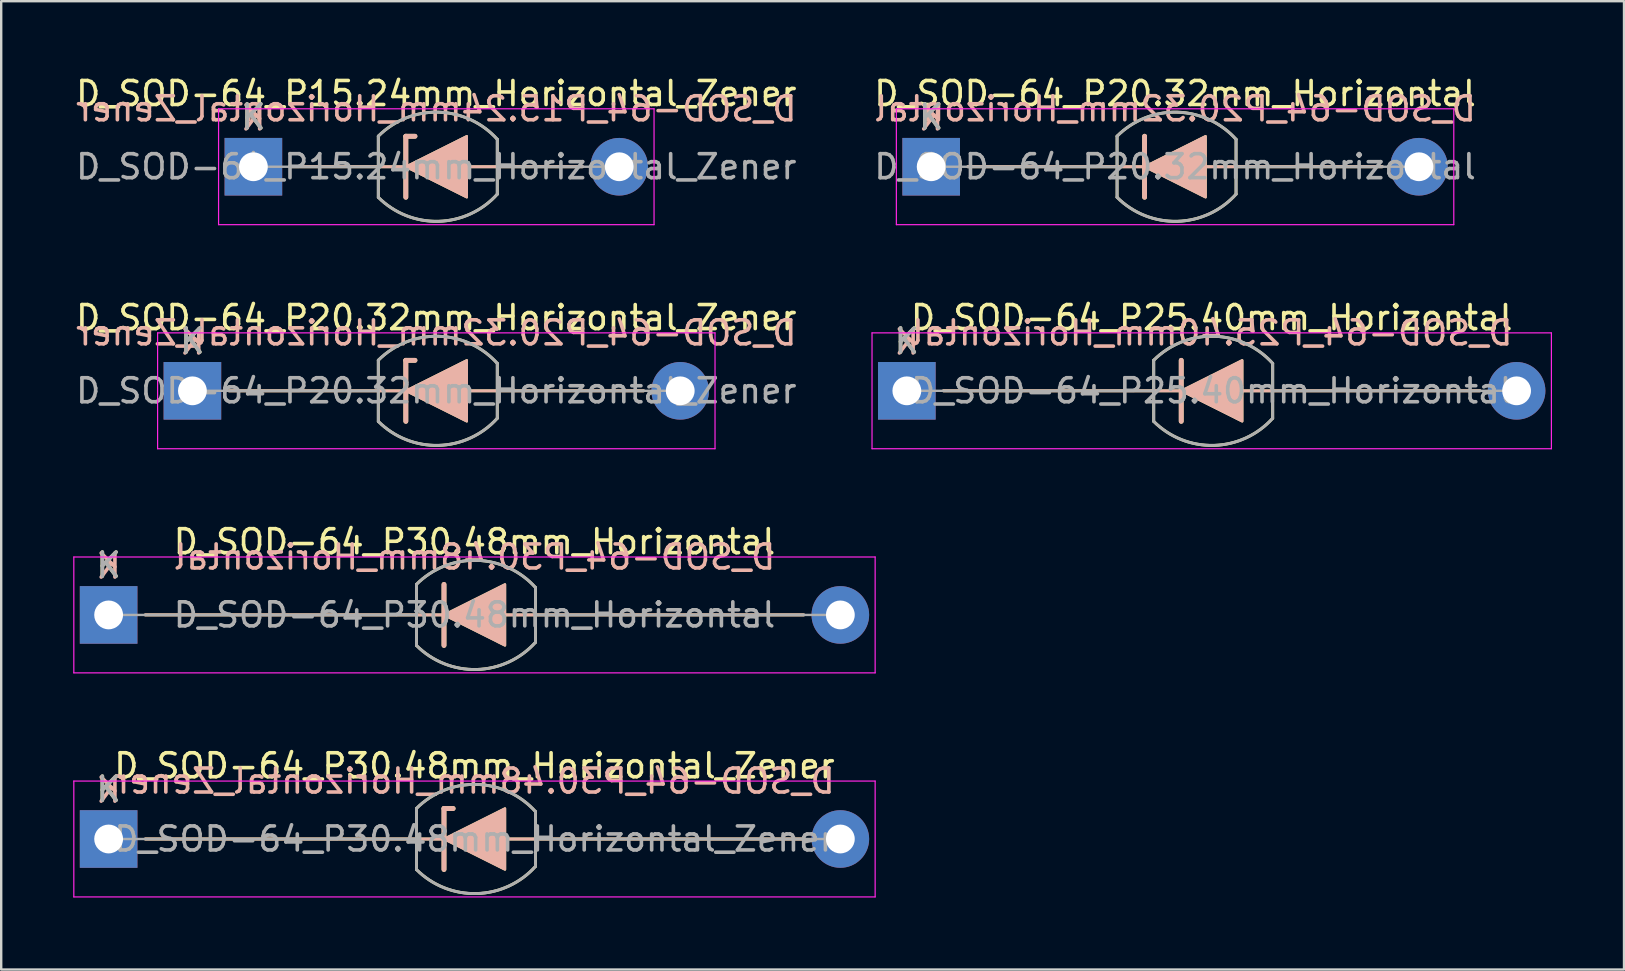
<source format=kicad_pcb>
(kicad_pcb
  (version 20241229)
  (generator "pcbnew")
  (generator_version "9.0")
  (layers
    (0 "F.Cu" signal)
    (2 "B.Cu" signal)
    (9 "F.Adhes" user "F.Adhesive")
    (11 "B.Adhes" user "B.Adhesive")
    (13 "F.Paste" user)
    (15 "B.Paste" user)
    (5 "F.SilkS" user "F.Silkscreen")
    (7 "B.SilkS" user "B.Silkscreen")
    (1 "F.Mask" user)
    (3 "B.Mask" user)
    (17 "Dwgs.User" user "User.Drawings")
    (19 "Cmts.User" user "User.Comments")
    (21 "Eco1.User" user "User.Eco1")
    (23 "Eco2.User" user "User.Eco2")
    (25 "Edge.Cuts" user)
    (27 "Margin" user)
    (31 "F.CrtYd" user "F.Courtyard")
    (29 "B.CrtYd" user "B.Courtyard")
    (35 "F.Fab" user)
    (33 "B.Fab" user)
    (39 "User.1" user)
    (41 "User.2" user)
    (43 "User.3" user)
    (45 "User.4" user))
  (footprint "D_SOD-64_P25.40mm_Horizontal"
    (layer "F.Cu")
    (at 34.725 13.23)
    (property "Reference" "D_SOD-64_P25.40mm_Horizontal" (at 12.7 -3.048 0) (layer "F.SilkS") (effects (font (size 1 1) (thickness 0.15))))
    (fp_line (start 1.524 0) (end 23.876 0) (stroke (width 0.12) (type solid)) (layer "F.SilkS"))
    (fp_line (start 10.284 1.27) (end 10.284 -1.273) (stroke (width 0.12) (type solid)) (layer "F.SilkS"))
    (fp_line (start 11.43 1.27) (end 11.43 -1.27) (stroke (width 0.2) (type solid)) (layer "F.SilkS"))
    (fp_line (start 15.24 -1.143) (end 15.24 1.143) (stroke (width 0.12) (type solid)) (layer "F.SilkS"))
    (fp_arc (start 10.28366 -1.27334) (mid 12.789833 -2.273039) (end 15.239998 -1.143) (stroke (width 0.12) (type solid)) (layer "F.SilkS"))
    (fp_arc (start 15.24 1.143) (mid 12.790216 2.273029) (end 10.284202 1.273879) (stroke (width 0.12) (type solid)) (layer "F.SilkS"))
    (fp_poly (pts (xy 13.97 1.27) (xy 11.43 0) (xy 13.97 -1.27)) (stroke (width 0.1) (type solid)) (fill yes) (layer "F.SilkS"))
    (fp_line (start 1.524 0) (end 23.876 0) (stroke (width 0.12) (type solid)) (layer "B.SilkS"))
    (fp_line (start 11.43 -1.27) (end 11.43 1.27) (stroke (width 0.2) (type solid)) (layer "B.SilkS"))
    (fp_poly (pts (xy 13.97 -1.27) (xy 11.43 0) (xy 13.97 1.27)) (stroke (width 0.1) (type solid)) (fill yes) (layer "B.SilkS"))
    (fp_line (start -1.45 -2.413) (end -1.45 2.413) (stroke (width 0.05) (type solid)) (layer "F.CrtYd"))
    (fp_line (start -1.45 2.413) (end 26.85 2.413) (stroke (width 0.05) (type solid)) (layer "F.CrtYd"))
    (fp_line (start 26.85 -2.413) (end -1.45 -2.413) (stroke (width 0.05) (type solid)) (layer "F.CrtYd"))
    (fp_line (start 26.85 2.413) (end 26.85 -2.413) (stroke (width 0.05) (type solid)) (layer "F.CrtYd"))
    (fp_line (start 0 0) (end 10.284 0.000269) (stroke (width 0.1) (type solid)) (layer "F.Fab"))
    (fp_line (start 10.284 1.274) (end 10.284 -1.273) (stroke (width 0.12) (type solid)) (layer "F.Fab"))
    (fp_line (start 15.24 -1.143) (end 15.24 1.143) (stroke (width 0.12) (type solid)) (layer "F.Fab"))
    (fp_line (start 25.4 0) (end 15.24 0) (stroke (width 0.1) (type solid)) (layer "F.Fab"))
    (fp_arc (start 10.2842 -1.273879) (mid 12.790214 -2.273029) (end 15.239998 -1.143) (stroke (width 0.12) (type solid)) (layer "F.Fab"))
    (fp_arc (start 15.24 1.143) (mid 12.790216 2.273029) (end 10.284202 1.273879) (stroke (width 0.12) (type solid)) (layer "F.Fab"))
    (fp_text user "K" (at 0 -2.073 0) (layer "F.SilkS") (effects (font (size 1 1) (thickness 0.15))))
    (fp_text user "K" (at 0 -2.032 0) (layer "B.SilkS") (effects (font (size 1 1) (thickness 0.15)) (justify mirror)))
    (fp_text user "${REFERENCE}" (at 12.7 -2.413 0) (layer "B.SilkS") (effects (font (size 1 1) (thickness 0.15)) (justify mirror)))
    (fp_text user "K" (at 0 -2.073 0) (layer "F.Fab") (effects (font (size 1 1) (thickness 0.15))))
    (fp_text user "${REFERENCE}" (at 12.7 0 0) (layer "F.Fab") (effects (font (size 1 1) (thickness 0.15))))
    (pad "1" thru_hole rect (at 0 0) (size 2.4 2.4) (drill 1.2) (layers "*.Cu" "*.Mask"))
    (pad "2" thru_hole oval (at 25.4 0) (size 2.4 2.4) (drill 1.2) (layers "*.Cu" "*.Mask")))
  (footprint "D_SOD-64_P30.48mm_Horizontal"
    (layer "F.Cu")
    (at 1.475 22.565)
    (property "Reference" "D_SOD-64_P30.48mm_Horizontal" (at 15.24 -3.048 0) (layer "F.SilkS") (effects (font (size 1 1) (thickness 0.15))))
    (fp_line (start 1.524 0) (end 28.956 0) (stroke (width 0.12) (type solid)) (layer "F.SilkS"))
    (fp_line (start 12.824 1.27) (end 12.824 -1.273) (stroke (width 0.12) (type solid)) (layer "F.SilkS"))
    (fp_line (start 13.97 1.27) (end 13.97 -1.27) (stroke (width 0.2) (type solid)) (layer "F.SilkS"))
    (fp_line (start 17.78 -1.143) (end 17.78 1.143) (stroke (width 0.12) (type solid)) (layer "F.SilkS"))
    (fp_arc (start 12.82366 -1.27334) (mid 15.329833 -2.273039) (end 17.779998 -1.143) (stroke (width 0.12) (type solid)) (layer "F.SilkS"))
    (fp_arc (start 17.78 1.143) (mid 15.330216 2.273029) (end 12.824202 1.273879) (stroke (width 0.12) (type solid)) (layer "F.SilkS"))
    (fp_poly (pts (xy 16.51 1.27) (xy 13.97 0) (xy 16.51 -1.27)) (stroke (width 0.1) (type solid)) (fill yes) (layer "F.SilkS"))
    (fp_line (start 1.524 0) (end 28.956 0) (stroke (width 0.12) (type solid)) (layer "B.SilkS"))
    (fp_line (start 13.97 -1.27) (end 13.97 1.27) (stroke (width 0.2) (type solid)) (layer "B.SilkS"))
    (fp_poly (pts (xy 16.51 -1.27) (xy 13.97 0) (xy 16.51 1.27)) (stroke (width 0.1) (type solid)) (fill yes) (layer "B.SilkS"))
    (fp_line (start -1.45 -2.413) (end -1.45 2.413) (stroke (width 0.05) (type solid)) (layer "F.CrtYd"))
    (fp_line (start -1.45 2.413) (end 31.93 2.413) (stroke (width 0.05) (type solid)) (layer "F.CrtYd"))
    (fp_line (start 31.93 -2.413) (end -1.45 -2.413) (stroke (width 0.05) (type solid)) (layer "F.CrtYd"))
    (fp_line (start 31.93 2.413) (end 31.93 -2.413) (stroke (width 0.05) (type solid)) (layer "F.CrtYd"))
    (fp_line (start 0 0) (end 12.824 0.000269) (stroke (width 0.1) (type solid)) (layer "F.Fab"))
    (fp_line (start 12.824 1.274) (end 12.824 -1.273) (stroke (width 0.12) (type solid)) (layer "F.Fab"))
    (fp_line (start 17.78 -1.143) (end 17.78 1.143) (stroke (width 0.12) (type solid)) (layer "F.Fab"))
    (fp_line (start 30.48 0) (end 17.78 0) (stroke (width 0.1) (type solid)) (layer "F.Fab"))
    (fp_arc (start 12.8242 -1.273879) (mid 15.330214 -2.273029) (end 17.779998 -1.143) (stroke (width 0.12) (type solid)) (layer "F.Fab"))
    (fp_arc (start 17.78 1.143) (mid 15.330216 2.273029) (end 12.824202 1.273879) (stroke (width 0.12) (type solid)) (layer "F.Fab"))
    (fp_text user "K" (at 0 -2.073 0) (layer "F.SilkS") (effects (font (size 1 1) (thickness 0.15))))
    (fp_text user "K" (at 0 -2.032 0) (layer "B.SilkS") (effects (font (size 1 1) (thickness 0.15)) (justify mirror)))
    (fp_text user "${REFERENCE}" (at 15.24 -2.413 0) (layer "B.SilkS") (effects (font (size 1 1) (thickness 0.15)) (justify mirror)))
    (fp_text user "${REFERENCE}" (at 15.24 0 0) (layer "F.Fab") (effects (font (size 1 1) (thickness 0.15))))
    (fp_text user "K" (at 0 -2.073 0) (layer "F.Fab") (effects (font (size 1 1) (thickness 0.15))))
    (pad "1" thru_hole rect (at 0 0) (size 2.4 2.4) (drill 1.2) (layers "*.Cu" "*.Mask"))
    (pad "2" thru_hole oval (at 30.48 0) (size 2.4 2.4) (drill 1.2) (layers "*.Cu" "*.Mask")))
  (footprint "D_SOD-64_P20.32mm_Horizontal"
    (layer "F.Cu")
    (at 35.739 3.896)
    (property "Reference" "D_SOD-64_P20.32mm_Horizontal" (at 10.16 -3.048 0) (layer "F.SilkS") (effects (font (size 1 1) (thickness 0.15))))
    (fp_line (start 1.524 0) (end 18.796 0) (stroke (width 0.12) (type solid)) (layer "F.SilkS"))
    (fp_line (start 7.744 1.27) (end 7.744 -1.273) (stroke (width 0.12) (type solid)) (layer "F.SilkS"))
    (fp_line (start 8.89 1.27) (end 8.89 -1.27) (stroke (width 0.2) (type solid)) (layer "F.SilkS"))
    (fp_line (start 12.7 -1.143) (end 12.7 1.143) (stroke (width 0.12) (type solid)) (layer "F.SilkS"))
    (fp_arc (start 7.74366 -1.27334) (mid 10.249833 -2.273039) (end 12.699998 -1.143) (stroke (width 0.12) (type solid)) (layer "F.SilkS"))
    (fp_arc (start 12.7 1.143) (mid 10.250216 2.273029) (end 7.744202 1.273879) (stroke (width 0.12) (type solid)) (layer "F.SilkS"))
    (fp_poly (pts (xy 11.43 1.27) (xy 8.89 0) (xy 11.43 -1.27)) (stroke (width 0.1) (type solid)) (fill yes) (layer "F.SilkS"))
    (fp_line (start 1.524 0) (end 18.796 0) (stroke (width 0.12) (type solid)) (layer "B.SilkS"))
    (fp_line (start 8.89 -1.27) (end 8.89 1.27) (stroke (width 0.2) (type solid)) (layer "B.SilkS"))
    (fp_poly (pts (xy 11.43 -1.27) (xy 8.89 0) (xy 11.43 1.27)) (stroke (width 0.1) (type solid)) (fill yes) (layer "B.SilkS"))
    (fp_line (start -1.45 -2.413) (end -1.45 2.413) (stroke (width 0.05) (type solid)) (layer "F.CrtYd"))
    (fp_line (start -1.45 2.413) (end 21.77 2.413) (stroke (width 0.05) (type solid)) (layer "F.CrtYd"))
    (fp_line (start 21.77 -2.413) (end -1.45 -2.413) (stroke (width 0.05) (type solid)) (layer "F.CrtYd"))
    (fp_line (start 21.77 2.413) (end 21.77 -2.413) (stroke (width 0.05) (type solid)) (layer "F.CrtYd"))
    (fp_line (start 0 0) (end 7.744 0.000269) (stroke (width 0.1) (type solid)) (layer "F.Fab"))
    (fp_line (start 7.744 1.274) (end 7.744 -1.273) (stroke (width 0.12) (type solid)) (layer "F.Fab"))
    (fp_line (start 12.7 -1.143) (end 12.7 1.143) (stroke (width 0.12) (type solid)) (layer "F.Fab"))
    (fp_line (start 20.32 0) (end 12.7 0) (stroke (width 0.1) (type solid)) (layer "F.Fab"))
    (fp_arc (start 7.7442 -1.273879) (mid 10.250214 -2.273029) (end 12.699998 -1.143) (stroke (width 0.12) (type solid)) (layer "F.Fab"))
    (fp_arc (start 12.7 1.143) (mid 10.250216 2.273029) (end 7.744202 1.273879) (stroke (width 0.12) (type solid)) (layer "F.Fab"))
    (fp_text user "K" (at 0 -2.073 0) (layer "F.SilkS") (effects (font (size 1 1) (thickness 0.15))))
    (fp_text user "K" (at 0 -2.032 0) (layer "B.SilkS") (effects (font (size 1 1) (thickness 0.15)) (justify mirror)))
    (fp_text user "${REFERENCE}" (at 10.16 -2.413 0) (layer "B.SilkS") (effects (font (size 1 1) (thickness 0.15)) (justify mirror)))
    (fp_text user "K" (at 0 -2.073 0) (layer "F.Fab") (effects (font (size 1 1) (thickness 0.15))))
    (fp_text user "${REFERENCE}" (at 10.16 0 0) (layer "F.Fab") (effects (font (size 1 1) (thickness 0.15))))
    (pad "1" thru_hole rect (at 0 0) (size 2.4 2.4) (drill 1.2) (layers "*.Cu" "*.Mask"))
    (pad "2" thru_hole oval (at 20.32 0) (size 2.4 2.4) (drill 1.2) (layers "*.Cu" "*.Mask")))
  (footprint "D_SOD-64_P30.48mm_Horizontal_Zener"
    (layer "F.Cu")
    (at 1.475 31.899)
    (property "Reference" "D_SOD-64_P30.48mm_Horizontal_Zener" (at 15.24 -3.048 0) (layer "F.SilkS") (effects (font (size 1 1) (thickness 0.15))))
    (fp_line (start 1.524 0) (end 28.956 0) (stroke (width 0.12) (type solid)) (layer "F.SilkS"))
    (fp_line (start 12.824 1.27) (end 12.824 -1.273) (stroke (width 0.12) (type solid)) (layer "F.SilkS"))
    (fp_line (start 13.97 -1.27) (end 14.351 -1.27) (stroke (width 0.2) (type solid)) (layer "F.SilkS"))
    (fp_line (start 13.97 1.27) (end 13.97 -1.27) (stroke (width 0.2) (type solid)) (layer "F.SilkS"))
    (fp_line (start 17.78 -1.143) (end 17.78 1.143) (stroke (width 0.12) (type solid)) (layer "F.SilkS"))
    (fp_arc (start 12.82366 -1.27334) (mid 15.329833 -2.273039) (end 17.779998 -1.143) (stroke (width 0.12) (type solid)) (layer "F.SilkS"))
    (fp_arc (start 17.78 1.143) (mid 15.330216 2.273029) (end 12.824202 1.273879) (stroke (width 0.12) (type solid)) (layer "F.SilkS"))
    (fp_poly (pts (xy 16.51 1.27) (xy 13.97 0) (xy 16.51 -1.27)) (stroke (width 0.1) (type solid)) (fill yes) (layer "F.SilkS"))
    (fp_line (start 1.524 0) (end 28.956 0) (stroke (width 0.12) (type solid)) (layer "B.SilkS"))
    (fp_line (start 13.97 -1.27) (end 13.97 1.27) (stroke (width 0.2) (type solid)) (layer "B.SilkS"))
    (fp_line (start 13.97 -1.27) (end 14.351 -1.27) (stroke (width 0.2) (type solid)) (layer "B.SilkS"))
    (fp_poly (pts (xy 16.51 -1.27) (xy 13.97 0) (xy 16.51 1.27)) (stroke (width 0.1) (type solid)) (fill yes) (layer "B.SilkS"))
    (fp_line (start -1.45 -2.413) (end -1.45 2.413) (stroke (width 0.05) (type solid)) (layer "F.CrtYd"))
    (fp_line (start -1.45 2.413) (end 31.93 2.413) (stroke (width 0.05) (type solid)) (layer "F.CrtYd"))
    (fp_line (start 31.93 -2.413) (end -1.45 -2.413) (stroke (width 0.05) (type solid)) (layer "F.CrtYd"))
    (fp_line (start 31.93 2.413) (end 31.93 -2.413) (stroke (width 0.05) (type solid)) (layer "F.CrtYd"))
    (fp_line (start 0 0) (end 12.824 0.000269) (stroke (width 0.1) (type solid)) (layer "F.Fab"))
    (fp_line (start 12.824 1.274) (end 12.824 -1.273) (stroke (width 0.12) (type solid)) (layer "F.Fab"))
    (fp_line (start 17.78 -1.143) (end 17.78 1.143) (stroke (width 0.12) (type solid)) (layer "F.Fab"))
    (fp_line (start 30.48 0) (end 17.78 0) (stroke (width 0.1) (type solid)) (layer "F.Fab"))
    (fp_arc (start 12.8242 -1.273879) (mid 15.330214 -2.273029) (end 17.779998 -1.143) (stroke (width 0.12) (type solid)) (layer "F.Fab"))
    (fp_arc (start 17.78 1.143) (mid 15.330216 2.273029) (end 12.824202 1.273879) (stroke (width 0.12) (type solid)) (layer "F.Fab"))
    (fp_text user "K" (at 0 -2.073 0) (layer "F.SilkS") (effects (font (size 1 1) (thickness 0.15))))
    (fp_text user "${REFERENCE}" (at 15.24 -2.413 0) (layer "B.SilkS") (effects (font (size 1 1) (thickness 0.15)) (justify mirror)))
    (fp_text user "K" (at 0 -2.032 0) (layer "B.SilkS") (effects (font (size 1 1) (thickness 0.15)) (justify mirror)))
    (fp_text user "K" (at 0 -2.073 0) (layer "F.Fab") (effects (font (size 1 1) (thickness 0.15))))
    (fp_text user "${REFERENCE}" (at 15.24 0 0) (layer "F.Fab") (effects (font (size 1 1) (thickness 0.15))))
    (pad "1" thru_hole rect (at 0 0) (size 2.4 2.4) (drill 1.2) (layers "*.Cu" "*.Mask"))
    (pad "2" thru_hole oval (at 30.48 0) (size 2.4 2.4) (drill 1.2) (layers "*.Cu" "*.Mask")))
  (footprint "D_SOD-64_P15.24mm_Horizontal_Zener"
    (layer "F.Cu")
    (at 7.505 3.896)
    (property "Reference" "D_SOD-64_P15.24mm_Horizontal_Zener" (at 7.62 -3.048 0) (layer "F.SilkS") (effects (font (size 1 1) (thickness 0.15))))
    (fp_line (start 1.524 0) (end 13.716 0) (stroke (width 0.12) (type solid)) (layer "F.SilkS"))
    (fp_line (start 5.204 1.27) (end 5.204 -1.273) (stroke (width 0.12) (type solid)) (layer "F.SilkS"))
    (fp_line (start 6.35 -1.27) (end 6.731 -1.27) (stroke (width 0.2) (type solid)) (layer "F.SilkS"))
    (fp_line (start 6.35 1.27) (end 6.35 -1.27) (stroke (width 0.2) (type solid)) (layer "F.SilkS"))
    (fp_line (start 10.16 -1.143) (end 10.16 1.143) (stroke (width 0.12) (type solid)) (layer "F.SilkS"))
    (fp_arc (start 5.20366 -1.27334) (mid 7.709833 -2.273039) (end 10.159998 -1.143) (stroke (width 0.12) (type solid)) (layer "F.SilkS"))
    (fp_arc (start 10.16 1.143) (mid 7.710216 2.273029) (end 5.204202 1.273879) (stroke (width 0.12) (type solid)) (layer "F.SilkS"))
    (fp_poly (pts (xy 8.89 1.27) (xy 6.35 0) (xy 8.89 -1.27)) (stroke (width 0.1) (type solid)) (fill yes) (layer "F.SilkS"))
    (fp_line (start 1.524 0) (end 13.716 0) (stroke (width 0.12) (type solid)) (layer "B.SilkS"))
    (fp_line (start 6.35 -1.27) (end 6.35 1.27) (stroke (width 0.2) (type solid)) (layer "B.SilkS"))
    (fp_line (start 6.35 -1.27) (end 6.731 -1.27) (stroke (width 0.2) (type solid)) (layer "B.SilkS"))
    (fp_poly (pts (xy 8.89 -1.27) (xy 6.35 0) (xy 8.89 1.27)) (stroke (width 0.1) (type solid)) (fill yes) (layer "B.SilkS"))
    (fp_line (start -1.45 -2.413) (end -1.45 2.413) (stroke (width 0.05) (type solid)) (layer "F.CrtYd"))
    (fp_line (start -1.45 2.413) (end 16.69 2.413) (stroke (width 0.05) (type solid)) (layer "F.CrtYd"))
    (fp_line (start 16.69 -2.413) (end -1.45 -2.413) (stroke (width 0.05) (type solid)) (layer "F.CrtYd"))
    (fp_line (start 16.69 2.413) (end 16.69 -2.413) (stroke (width 0.05) (type solid)) (layer "F.CrtYd"))
    (fp_line (start 0 0) (end 5.204 0.000269) (stroke (width 0.1) (type solid)) (layer "F.Fab"))
    (fp_line (start 5.204 1.274) (end 5.204 -1.273) (stroke (width 0.12) (type solid)) (layer "F.Fab"))
    (fp_line (start 10.16 -1.143) (end 10.16 1.143) (stroke (width 0.12) (type solid)) (layer "F.Fab"))
    (fp_line (start 15.24 0) (end 10.16 0) (stroke (width 0.1) (type solid)) (layer "F.Fab"))
    (fp_arc (start 5.2042 -1.273879) (mid 7.710214 -2.273029) (end 10.159998 -1.143) (stroke (width 0.12) (type solid)) (layer "F.Fab"))
    (fp_arc (start 10.16 1.143) (mid 7.710216 2.273029) (end 5.204202 1.273879) (stroke (width 0.12) (type solid)) (layer "F.Fab"))
    (fp_text user "K" (at 0 -2.073 0) (layer "F.SilkS") (effects (font (size 1 1) (thickness 0.15))))
    (fp_text user "K" (at 0 -2.032 0) (layer "B.SilkS") (effects (font (size 1 1) (thickness 0.15)) (justify mirror)))
    (fp_text user "${REFERENCE}" (at 7.62 -2.413 0) (layer "B.SilkS") (effects (font (size 1 1) (thickness 0.15)) (justify mirror)))
    (fp_text user "${REFERENCE}" (at 7.62 0 0) (layer "F.Fab") (effects (font (size 1 1) (thickness 0.15))))
    (fp_text user "K" (at 0 -2.073 0) (layer "F.Fab") (effects (font (size 1 1) (thickness 0.15))))
    (pad "1" thru_hole rect (at 0 0) (size 2.4 2.4) (drill 1.2) (layers "*.Cu" "*.Mask"))
    (pad "2" thru_hole oval (at 15.24 0) (size 2.4 2.4) (drill 1.2) (layers "*.Cu" "*.Mask")))
  (footprint "D_SOD-64_P20.32mm_Horizontal_Zener"
    (layer "F.Cu")
    (at 4.965 13.23)
    (property "Reference" "D_SOD-64_P20.32mm_Horizontal_Zener" (at 10.16 -3.048 0) (layer "F.SilkS") (effects (font (size 1 1) (thickness 0.15))))
    (fp_line (start 1.524 0) (end 18.796 0) (stroke (width 0.12) (type solid)) (layer "F.SilkS"))
    (fp_line (start 7.744 1.27) (end 7.744 -1.273) (stroke (width 0.12) (type solid)) (layer "F.SilkS"))
    (fp_line (start 8.89 -1.27) (end 9.271 -1.27) (stroke (width 0.2) (type solid)) (layer "F.SilkS"))
    (fp_line (start 8.89 1.27) (end 8.89 -1.27) (stroke (width 0.2) (type solid)) (layer "F.SilkS"))
    (fp_line (start 12.7 -1.143) (end 12.7 1.143) (stroke (width 0.12) (type solid)) (layer "F.SilkS"))
    (fp_arc (start 7.74366 -1.27334) (mid 10.249833 -2.273039) (end 12.699998 -1.143) (stroke (width 0.12) (type solid)) (layer "F.SilkS"))
    (fp_arc (start 12.7 1.143) (mid 10.250216 2.273029) (end 7.744202 1.273879) (stroke (width 0.12) (type solid)) (layer "F.SilkS"))
    (fp_poly (pts (xy 11.43 1.27) (xy 8.89 0) (xy 11.43 -1.27)) (stroke (width 0.1) (type solid)) (fill yes) (layer "F.SilkS"))
    (fp_line (start 1.524 0) (end 18.796 0) (stroke (width 0.12) (type solid)) (layer "B.SilkS"))
    (fp_line (start 8.89 -1.27) (end 8.89 1.27) (stroke (width 0.2) (type solid)) (layer "B.SilkS"))
    (fp_line (start 8.89 -1.27) (end 9.271 -1.27) (stroke (width 0.2) (type solid)) (layer "B.SilkS"))
    (fp_poly (pts (xy 11.43 -1.27) (xy 8.89 0) (xy 11.43 1.27)) (stroke (width 0.1) (type solid)) (fill yes) (layer "B.SilkS"))
    (fp_line (start -1.45 -2.413) (end -1.45 2.413) (stroke (width 0.05) (type solid)) (layer "F.CrtYd"))
    (fp_line (start -1.45 2.413) (end 21.77 2.413) (stroke (width 0.05) (type solid)) (layer "F.CrtYd"))
    (fp_line (start 21.77 -2.413) (end -1.45 -2.413) (stroke (width 0.05) (type solid)) (layer "F.CrtYd"))
    (fp_line (start 21.77 2.413) (end 21.77 -2.413) (stroke (width 0.05) (type solid)) (layer "F.CrtYd"))
    (fp_line (start 0 0) (end 7.744 0.000269) (stroke (width 0.1) (type solid)) (layer "F.Fab"))
    (fp_line (start 7.744 1.274) (end 7.744 -1.273) (stroke (width 0.12) (type solid)) (layer "F.Fab"))
    (fp_line (start 12.7 -1.143) (end 12.7 1.143) (stroke (width 0.12) (type solid)) (layer "F.Fab"))
    (fp_line (start 20.32 0) (end 12.7 0) (stroke (width 0.1) (type solid)) (layer "F.Fab"))
    (fp_arc (start 7.7442 -1.273879) (mid 10.250214 -2.273029) (end 12.699998 -1.143) (stroke (width 0.12) (type solid)) (layer "F.Fab"))
    (fp_arc (start 12.7 1.143) (mid 10.250216 2.273029) (end 7.744202 1.273879) (stroke (width 0.12) (type solid)) (layer "F.Fab"))
    (fp_text user "K" (at 0 -2.073 0) (layer "F.SilkS") (effects (font (size 1 1) (thickness 0.15))))
    (fp_text user "K" (at 0 -2.032 0) (layer "B.SilkS") (effects (font (size 1 1) (thickness 0.15)) (justify mirror)))
    (fp_text user "${REFERENCE}" (at 10.16 -2.413 0) (layer "B.SilkS") (effects (font (size 1 1) (thickness 0.15)) (justify mirror)))
    (fp_text user "K" (at 0 -2.073 0) (layer "F.Fab") (effects (font (size 1 1) (thickness 0.15))))
    (fp_text user "${REFERENCE}" (at 10.16 0 0) (layer "F.Fab") (effects (font (size 1 1) (thickness 0.15))))
    (pad "1" thru_hole rect (at 0 0) (size 2.4 2.4) (drill 1.2) (layers "*.Cu" "*.Mask"))
    (pad "2" thru_hole oval (at 20.32 0) (size 2.4 2.4) (drill 1.2) (layers "*.Cu" "*.Mask")))
  (gr_rect
    (start -3 -3)
    (end 64.6 37.337)
    (stroke (width 0.1) (type default))
    (fill no)
    (layer "Edge.Cuts")))
</source>
